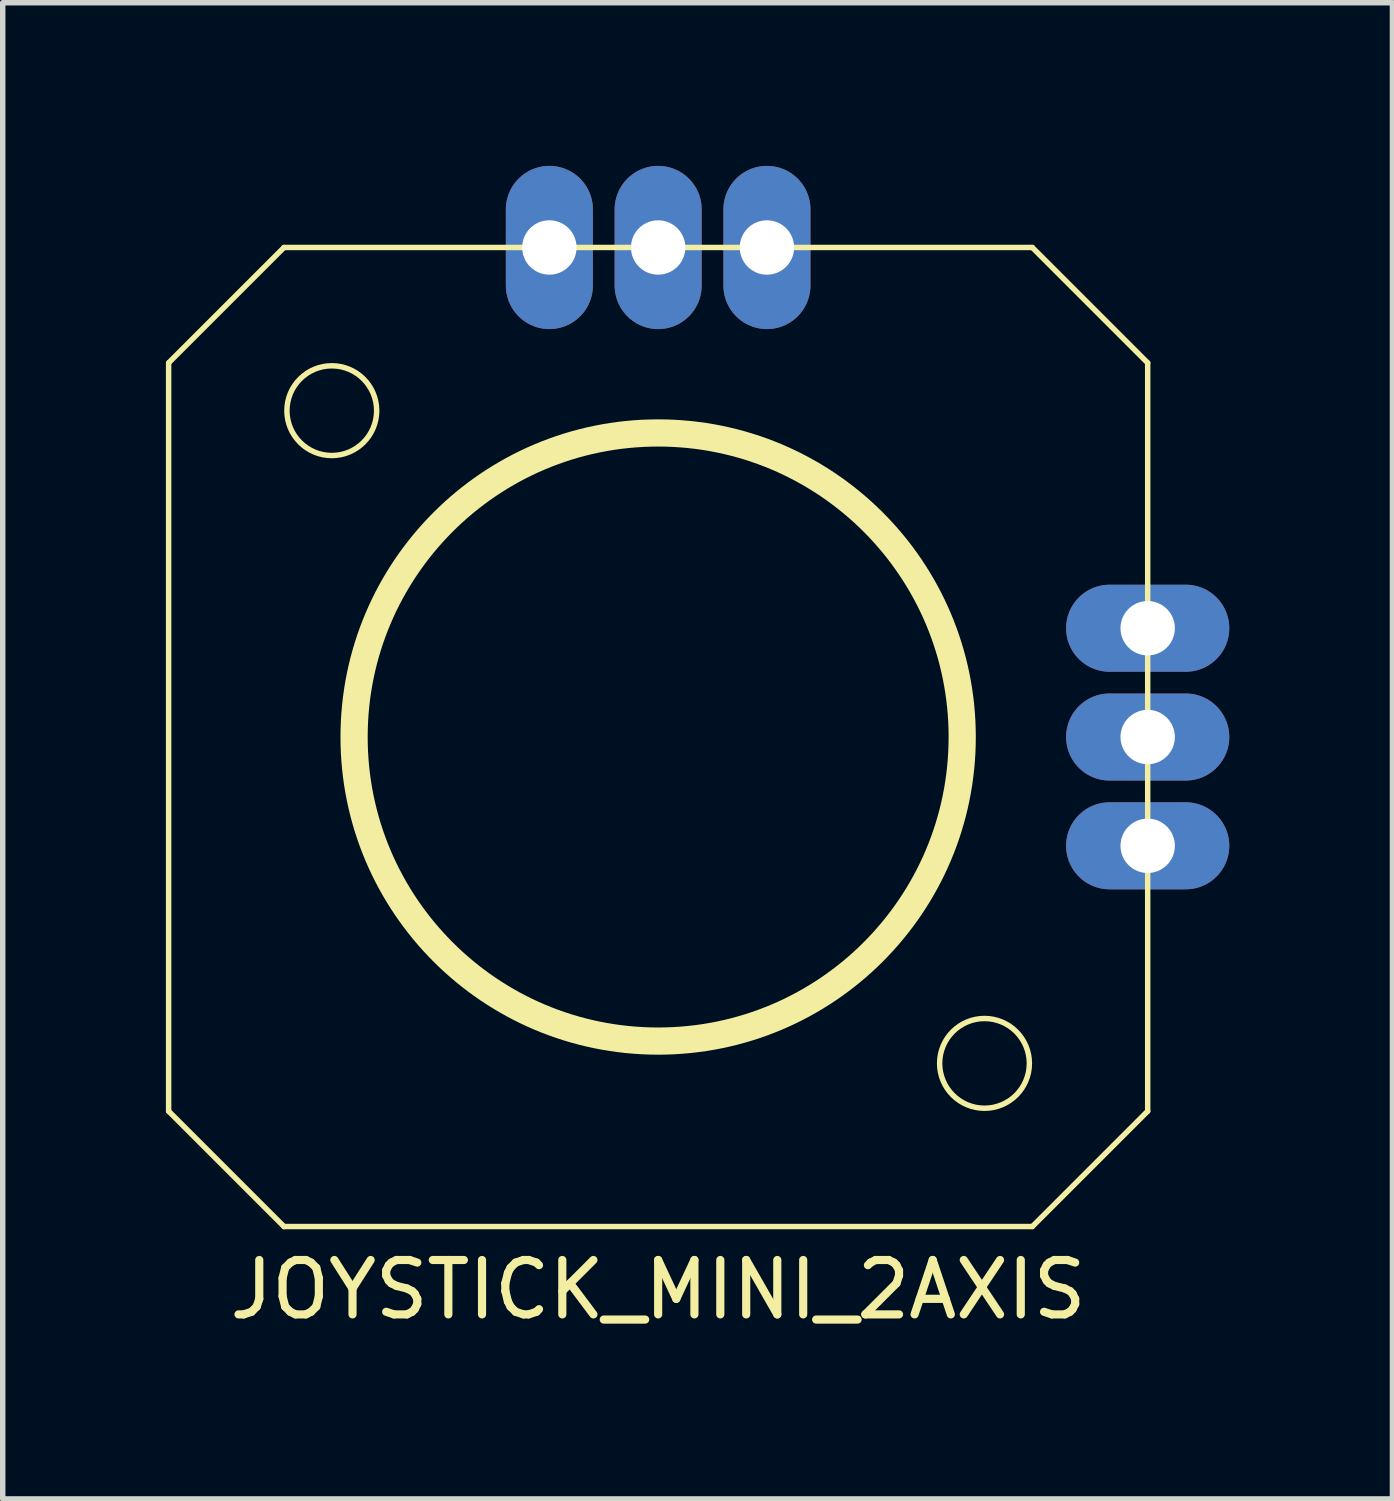
<source format=kicad_pcb>
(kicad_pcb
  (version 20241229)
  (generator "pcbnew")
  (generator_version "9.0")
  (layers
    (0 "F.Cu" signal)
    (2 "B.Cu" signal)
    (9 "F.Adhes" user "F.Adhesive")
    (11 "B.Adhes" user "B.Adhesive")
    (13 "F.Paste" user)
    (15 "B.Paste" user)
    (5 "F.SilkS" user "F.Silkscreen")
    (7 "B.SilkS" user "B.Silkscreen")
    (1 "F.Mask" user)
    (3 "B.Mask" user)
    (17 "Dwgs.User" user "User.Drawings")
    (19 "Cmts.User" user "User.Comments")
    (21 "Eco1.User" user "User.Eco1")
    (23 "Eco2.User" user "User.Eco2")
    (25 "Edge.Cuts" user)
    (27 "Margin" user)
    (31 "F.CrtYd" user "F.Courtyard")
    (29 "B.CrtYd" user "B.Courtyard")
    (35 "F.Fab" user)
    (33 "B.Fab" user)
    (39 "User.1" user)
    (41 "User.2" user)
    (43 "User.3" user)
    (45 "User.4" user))
  (footprint "JOYSTICK_MINI_2AXIS"
    (layer "F.Cu")
    (at 9.05 10.5)
    (property "Reference" "JOYSTICK_MINI_2AXIS" (at 0 10.16 0) (layer "F.SilkS") (effects (font (size 1 1) (thickness 0.15))))
    (attr through_hole)
    (fp_line (start -9 -6.879) (end -6.879 -9) (stroke (width 0.1) (type solid)) (layer "F.SilkS"))
    (fp_line (start -9 6.879) (end -9 -6.879) (stroke (width 0.1) (type solid)) (layer "F.SilkS"))
    (fp_line (start -6.879 -9) (end 6.879 -9) (stroke (width 0.1) (type solid)) (layer "F.SilkS"))
    (fp_line (start -6.879 9) (end -9 6.879) (stroke (width 0.1) (type solid)) (layer "F.SilkS"))
    (fp_line (start 6.879 9) (end -6.879 9) (stroke (width 0.1) (type solid)) (layer "F.SilkS"))
    (fp_line (start 9 -6.879) (end 6.879 -9) (stroke (width 0.1) (type solid)) (layer "F.SilkS"))
    (fp_line (start 9 -6.879) (end 9 6.879) (stroke (width 0.1) (type solid)) (layer "F.SilkS"))
    (fp_line (start 9 6.879) (end 6.879 9) (stroke (width 0.1) (type solid)) (layer "F.SilkS"))
    (fp_circle (center -6 -6) (end -5.175 -6) (stroke (width 0.1) (type solid)) (fill no) (layer "F.SilkS"))
    (fp_circle (center 0 0) (end 5.5 1) (stroke (width 0.5) (type solid)) (fill no) (layer "F.SilkS"))
    (fp_circle (center 6 6) (end 6.825 6) (stroke (width 0.1) (type solid)) (fill no) (layer "F.SilkS"))
    (pad "1" thru_hole oval (at 9 2) (size 3 1.6) (drill 1) (layers "*.Cu" "*.Mask"))
    (pad "2" thru_hole oval (at 9 0) (size 3 1.6) (drill 1) (layers "*.Cu" "*.Mask"))
    (pad "3" thru_hole oval (at 9 -2) (size 3 1.6) (drill 1) (layers "*.Cu" "*.Mask"))
    (pad "4" thru_hole oval (at 2 -9 90) (size 3 1.6) (drill 1) (layers "*.Cu" "*.Mask"))
    (pad "5" thru_hole oval (at 0 -9 90) (size 3 1.6) (drill 1) (layers "*.Cu" "*.Mask"))
    (pad "6" thru_hole oval (at -2 -9 90) (size 3 1.6) (drill 1) (layers "*.Cu" "*.Mask")))
  (gr_rect
    (start -3 -3)
    (end 22.55 24.508)
    (stroke (width 0.1) (type default))
    (fill no)
    (layer "Edge.Cuts")))
</source>
